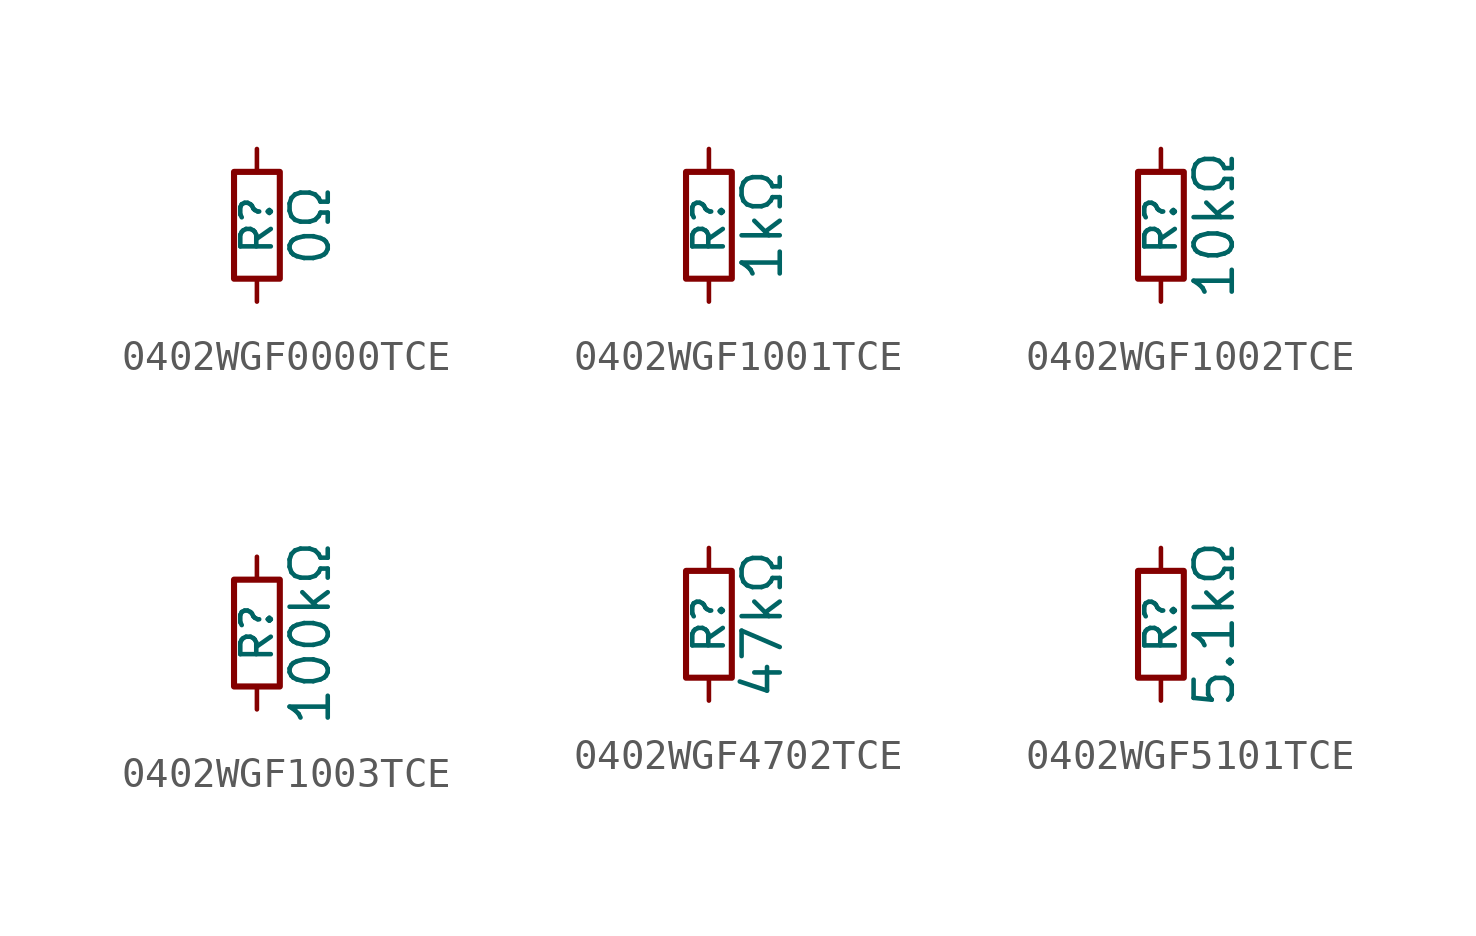
<source format=kicad_sym>
(kicad_symbol_lib
  (version 20241209)
  (generator "kicad_symbol_editor")
  (generator_version "9.0")
  (symbol "0402WGF0000TCE"
    (pin_numbers
      (hide yes))
    (pin_names
      (offset 0.254)
      (hide yes))
    (property "Reference" "R"
      (at 0 0 90)
      (effects (font (size 1.016 1.016))))
    (property "Value" "0Ω"
      (at 1.778 0 90)
      (effects (font (size 1.27 1.27))))
    (symbol "0402WGF0000TCE_0_1"
      (rectangle (start -0.762 1.778) (end 0.762 -1.778) (stroke (width 0.203) (type default)) (fill (type none))))
    (symbol "0402WGF0000TCE_1_1"
      (pin passive line (at 0 2.54 270) (length 0.762) (name "~" (effects (font (size 1.27 1.27)))) (number "1" (effects (font (size 1.27 1.27)))))
      (pin passive line (at 0 -2.54 90) (length 0.762) (name "~" (effects (font (size 1.27 1.27)))) (number "2" (effects (font (size 1.27 1.27)))))))
  (symbol "0402WGF1001TCE"
    (pin_numbers
      (hide yes))
    (pin_names
      (offset 0.254)
      (hide yes))
    (property "Reference" "R"
      (at 0 0 90)
      (effects (font (size 1.016 1.016))))
    (property "Value" "1kΩ"
      (at 1.778 0 90)
      (effects (font (size 1.27 1.27))))
    (symbol "0402WGF1001TCE_0_1"
      (rectangle (start -0.762 1.778) (end 0.762 -1.778) (stroke (width 0.203) (type default)) (fill (type none))))
    (symbol "0402WGF1001TCE_1_1"
      (pin passive line (at 0 2.54 270) (length 0.762) (name "~" (effects (font (size 1.27 1.27)))) (number "1" (effects (font (size 1.27 1.27)))))
      (pin passive line (at 0 -2.54 90) (length 0.762) (name "~" (effects (font (size 1.27 1.27)))) (number "2" (effects (font (size 1.27 1.27)))))))
  (symbol "0402WGF1002TCE"
    (pin_numbers
      (hide yes))
    (pin_names
      (offset 0.254)
      (hide yes))
    (property "Reference" "R"
      (at 0 0 90)
      (effects (font (size 1.016 1.016))))
    (property "Value" "10kΩ"
      (at 1.778 0 90)
      (effects (font (size 1.27 1.27))))
    (symbol "0402WGF1002TCE_0_1"
      (rectangle (start -0.762 1.778) (end 0.762 -1.778) (stroke (width 0.203) (type default)) (fill (type none))))
    (symbol "0402WGF1002TCE_1_1"
      (pin passive line (at 0 2.54 270) (length 0.762) (name "~" (effects (font (size 1.27 1.27)))) (number "1" (effects (font (size 1.27 1.27)))))
      (pin passive line (at 0 -2.54 90) (length 0.762) (name "~" (effects (font (size 1.27 1.27)))) (number "2" (effects (font (size 1.27 1.27)))))))
  (symbol "0402WGF1003TCE"
    (pin_numbers
      (hide yes))
    (pin_names
      (offset 0.254)
      (hide yes))
    (property "Reference" "R"
      (at 0 0 90)
      (effects (font (size 1.016 1.016))))
    (property "Value" "100kΩ"
      (at 1.778 0 90)
      (effects (font (size 1.27 1.27))))
    (symbol "0402WGF1003TCE_0_1"
      (rectangle (start -0.762 1.778) (end 0.762 -1.778) (stroke (width 0.203) (type default)) (fill (type none))))
    (symbol "0402WGF1003TCE_1_1"
      (pin passive line (at 0 2.54 270) (length 0.762) (name "~" (effects (font (size 1.27 1.27)))) (number "1" (effects (font (size 1.27 1.27)))))
      (pin passive line (at 0 -2.54 90) (length 0.762) (name "~" (effects (font (size 1.27 1.27)))) (number "2" (effects (font (size 1.27 1.27)))))))
  (symbol "0402WGF4702TCE"
    (pin_numbers
      (hide yes))
    (pin_names
      (offset 0.254)
      (hide yes))
    (property "Reference" "R"
      (at 0 0 90)
      (effects (font (size 1.016 1.016))))
    (property "Value" "47kΩ"
      (at 1.778 0 90)
      (effects (font (size 1.27 1.27))))
    (symbol "0402WGF4702TCE_0_1"
      (rectangle (start -0.762 1.778) (end 0.762 -1.778) (stroke (width 0.203) (type default)) (fill (type none))))
    (symbol "0402WGF4702TCE_1_1"
      (pin passive line (at 0 2.54 270) (length 0.762) (name "~" (effects (font (size 1.27 1.27)))) (number "1" (effects (font (size 1.27 1.27)))))
      (pin passive line (at 0 -2.54 90) (length 0.762) (name "~" (effects (font (size 1.27 1.27)))) (number "2" (effects (font (size 1.27 1.27)))))))
  (symbol "0402WGF5101TCE"
    (pin_numbers
      (hide yes))
    (pin_names
      (offset 0.254)
      (hide yes))
    (property "Reference" "R"
      (at 0 0 90)
      (effects (font (size 1.016 1.016))))
    (property "Value" "5.1kΩ"
      (at 1.778 0 90)
      (effects (font (size 1.27 1.27))))
    (symbol "0402WGF5101TCE_0_1"
      (rectangle (start -0.762 1.778) (end 0.762 -1.778) (stroke (width 0.203) (type default)) (fill (type none))))
    (symbol "0402WGF5101TCE_1_1"
      (pin passive line (at 0 2.54 270) (length 0.762) (name "~" (effects (font (size 1.27 1.27)))) (number "1" (effects (font (size 1.27 1.27)))))
      (pin passive line (at 0 -2.54 90) (length 0.762) (name "~" (effects (font (size 1.27 1.27)))) (number "2" (effects (font (size 1.27 1.27))))))))
</source>
